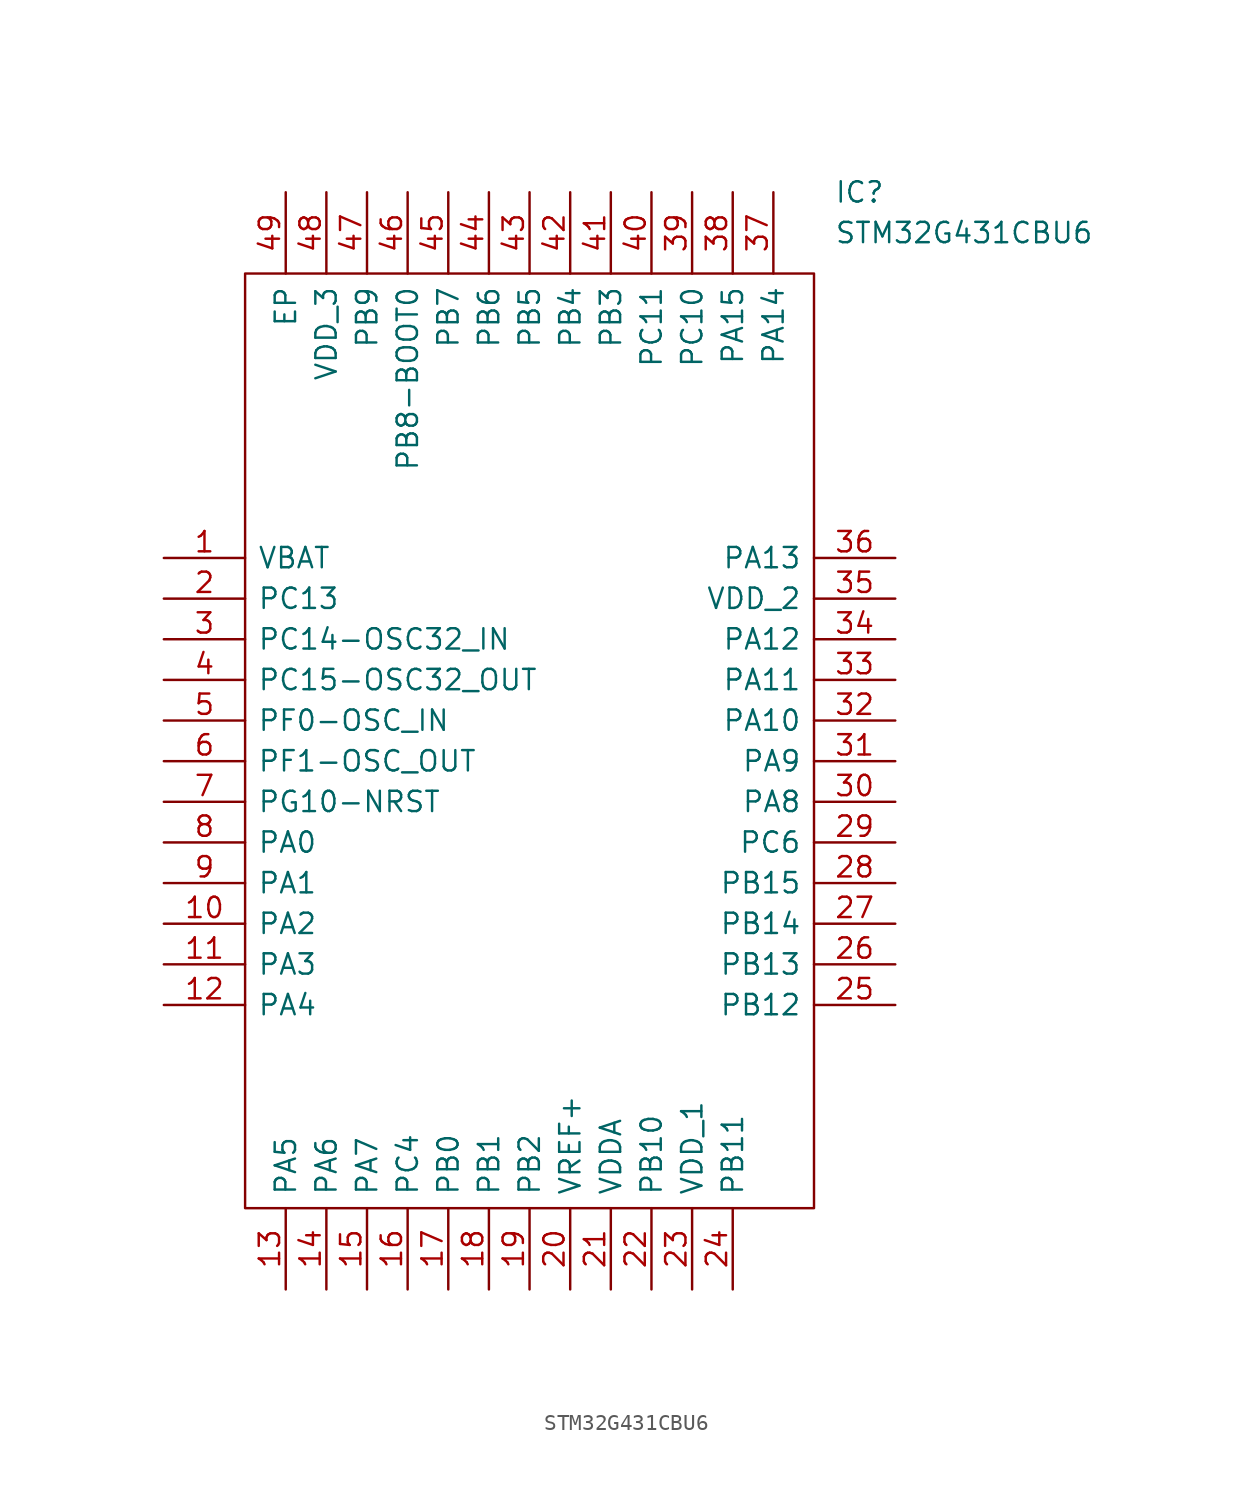
<source format=kicad_sym>
(kicad_symbol_lib
  (version 20211014)
  (generator kicad_symbol_editor)
  (symbol "STM32G431CBU6"
    (pin_names
      (offset 0.762))
    (property "Reference" "IC"
      (at 41.91 22.86 0)
      (effects (font (size 1.27 1.27)) (justify left)))
    (property "Value" "STM32G431CBU6"
      (at 41.91 20.32 0)
      (effects (font (size 1.27 1.27)) (justify left)))
    (symbol "STM32G431CBU6_0_0"
      (pin passive line (at 0 0 0) (length 5.08) (name "VBAT" (effects (font (size 1.27 1.27)))) (number "1" (effects (font (size 1.27 1.27)))))
      (pin passive line (at 0 -22.86 0) (length 5.08) (name "PA2" (effects (font (size 1.27 1.27)))) (number "10" (effects (font (size 1.27 1.27)))))
      (pin passive line (at 0 -25.4 0) (length 5.08) (name "PA3" (effects (font (size 1.27 1.27)))) (number "11" (effects (font (size 1.27 1.27)))))
      (pin passive line (at 0 -27.94 0) (length 5.08) (name "PA4" (effects (font (size 1.27 1.27)))) (number "12" (effects (font (size 1.27 1.27)))))
      (pin passive line (at 7.62 -45.72 90) (length 5.08) (name "PA5" (effects (font (size 1.27 1.27)))) (number "13" (effects (font (size 1.27 1.27)))))
      (pin passive line (at 10.16 -45.72 90) (length 5.08) (name "PA6" (effects (font (size 1.27 1.27)))) (number "14" (effects (font (size 1.27 1.27)))))
      (pin passive line (at 12.7 -45.72 90) (length 5.08) (name "PA7" (effects (font (size 1.27 1.27)))) (number "15" (effects (font (size 1.27 1.27)))))
      (pin passive line (at 15.24 -45.72 90) (length 5.08) (name "PC4" (effects (font (size 1.27 1.27)))) (number "16" (effects (font (size 1.27 1.27)))))
      (pin passive line (at 17.78 -45.72 90) (length 5.08) (name "PB0" (effects (font (size 1.27 1.27)))) (number "17" (effects (font (size 1.27 1.27)))))
      (pin passive line (at 20.32 -45.72 90) (length 5.08) (name "PB1" (effects (font (size 1.27 1.27)))) (number "18" (effects (font (size 1.27 1.27)))))
      (pin passive line (at 22.86 -45.72 90) (length 5.08) (name "PB2" (effects (font (size 1.27 1.27)))) (number "19" (effects (font (size 1.27 1.27)))))
      (pin passive line (at 0 -2.54 0) (length 5.08) (name "PC13" (effects (font (size 1.27 1.27)))) (number "2" (effects (font (size 1.27 1.27)))))
      (pin passive line (at 25.4 -45.72 90) (length 5.08) (name "VREF+" (effects (font (size 1.27 1.27)))) (number "20" (effects (font (size 1.27 1.27)))))
      (pin passive line (at 27.94 -45.72 90) (length 5.08) (name "VDDA" (effects (font (size 1.27 1.27)))) (number "21" (effects (font (size 1.27 1.27)))))
      (pin passive line (at 30.48 -45.72 90) (length 5.08) (name "PB10" (effects (font (size 1.27 1.27)))) (number "22" (effects (font (size 1.27 1.27)))))
      (pin passive line (at 33.02 -45.72 90) (length 5.08) (name "VDD_1" (effects (font (size 1.27 1.27)))) (number "23" (effects (font (size 1.27 1.27)))))
      (pin passive line (at 35.56 -45.72 90) (length 5.08) (name "PB11" (effects (font (size 1.27 1.27)))) (number "24" (effects (font (size 1.27 1.27)))))
      (pin passive line (at 45.72 -27.94 180) (length 5.08) (name "PB12" (effects (font (size 1.27 1.27)))) (number "25" (effects (font (size 1.27 1.27)))))
      (pin passive line (at 45.72 -25.4 180) (length 5.08) (name "PB13" (effects (font (size 1.27 1.27)))) (number "26" (effects (font (size 1.27 1.27)))))
      (pin passive line (at 45.72 -22.86 180) (length 5.08) (name "PB14" (effects (font (size 1.27 1.27)))) (number "27" (effects (font (size 1.27 1.27)))))
      (pin passive line (at 45.72 -20.32 180) (length 5.08) (name "PB15" (effects (font (size 1.27 1.27)))) (number "28" (effects (font (size 1.27 1.27)))))
      (pin passive line (at 45.72 -17.78 180) (length 5.08) (name "PC6" (effects (font (size 1.27 1.27)))) (number "29" (effects (font (size 1.27 1.27)))))
      (pin passive line (at 0 -5.08 0) (length 5.08) (name "PC14-OSC32_IN" (effects (font (size 1.27 1.27)))) (number "3" (effects (font (size 1.27 1.27)))))
      (pin passive line (at 45.72 -15.24 180) (length 5.08) (name "PA8" (effects (font (size 1.27 1.27)))) (number "30" (effects (font (size 1.27 1.27)))))
      (pin passive line (at 45.72 -12.7 180) (length 5.08) (name "PA9" (effects (font (size 1.27 1.27)))) (number "31" (effects (font (size 1.27 1.27)))))
      (pin passive line (at 45.72 -10.16 180) (length 5.08) (name "PA10" (effects (font (size 1.27 1.27)))) (number "32" (effects (font (size 1.27 1.27)))))
      (pin passive line (at 45.72 -7.62 180) (length 5.08) (name "PA11" (effects (font (size 1.27 1.27)))) (number "33" (effects (font (size 1.27 1.27)))))
      (pin passive line (at 45.72 -5.08 180) (length 5.08) (name "PA12" (effects (font (size 1.27 1.27)))) (number "34" (effects (font (size 1.27 1.27)))))
      (pin passive line (at 45.72 -2.54 180) (length 5.08) (name "VDD_2" (effects (font (size 1.27 1.27)))) (number "35" (effects (font (size 1.27 1.27)))))
      (pin passive line (at 45.72 0 180) (length 5.08) (name "PA13" (effects (font (size 1.27 1.27)))) (number "36" (effects (font (size 1.27 1.27)))))
      (pin passive line (at 38.1 22.86 270) (length 5.08) (name "PA14" (effects (font (size 1.27 1.27)))) (number "37" (effects (font (size 1.27 1.27)))))
      (pin passive line (at 35.56 22.86 270) (length 5.08) (name "PA15" (effects (font (size 1.27 1.27)))) (number "38" (effects (font (size 1.27 1.27)))))
      (pin passive line (at 33.02 22.86 270) (length 5.08) (name "PC10" (effects (font (size 1.27 1.27)))) (number "39" (effects (font (size 1.27 1.27)))))
      (pin passive line (at 0 -7.62 0) (length 5.08) (name "PC15-OSC32_OUT" (effects (font (size 1.27 1.27)))) (number "4" (effects (font (size 1.27 1.27)))))
      (pin passive line (at 30.48 22.86 270) (length 5.08) (name "PC11" (effects (font (size 1.27 1.27)))) (number "40" (effects (font (size 1.27 1.27)))))
      (pin passive line (at 27.94 22.86 270) (length 5.08) (name "PB3" (effects (font (size 1.27 1.27)))) (number "41" (effects (font (size 1.27 1.27)))))
      (pin passive line (at 25.4 22.86 270) (length 5.08) (name "PB4" (effects (font (size 1.27 1.27)))) (number "42" (effects (font (size 1.27 1.27)))))
      (pin passive line (at 22.86 22.86 270) (length 5.08) (name "PB5" (effects (font (size 1.27 1.27)))) (number "43" (effects (font (size 1.27 1.27)))))
      (pin passive line (at 20.32 22.86 270) (length 5.08) (name "PB6" (effects (font (size 1.27 1.27)))) (number "44" (effects (font (size 1.27 1.27)))))
      (pin passive line (at 17.78 22.86 270) (length 5.08) (name "PB7" (effects (font (size 1.27 1.27)))) (number "45" (effects (font (size 1.27 1.27)))))
      (pin passive line (at 15.24 22.86 270) (length 5.08) (name "PB8-BOOT0" (effects (font (size 1.27 1.27)))) (number "46" (effects (font (size 1.27 1.27)))))
      (pin passive line (at 12.7 22.86 270) (length 5.08) (name "PB9" (effects (font (size 1.27 1.27)))) (number "47" (effects (font (size 1.27 1.27)))))
      (pin passive line (at 10.16 22.86 270) (length 5.08) (name "VDD_3" (effects (font (size 1.27 1.27)))) (number "48" (effects (font (size 1.27 1.27)))))
      (pin passive line (at 7.62 22.86 270) (length 5.08) (name "EP" (effects (font (size 1.27 1.27)))) (number "49" (effects (font (size 1.27 1.27)))))
      (pin passive line (at 0 -10.16 0) (length 5.08) (name "PF0-OSC_IN" (effects (font (size 1.27 1.27)))) (number "5" (effects (font (size 1.27 1.27)))))
      (pin passive line (at 0 -12.7 0) (length 5.08) (name "PF1-OSC_OUT" (effects (font (size 1.27 1.27)))) (number "6" (effects (font (size 1.27 1.27)))))
      (pin passive line (at 0 -15.24 0) (length 5.08) (name "PG10-NRST" (effects (font (size 1.27 1.27)))) (number "7" (effects (font (size 1.27 1.27)))))
      (pin passive line (at 0 -17.78 0) (length 5.08) (name "PA0" (effects (font (size 1.27 1.27)))) (number "8" (effects (font (size 1.27 1.27)))))
      (pin passive line (at 0 -20.32 0) (length 5.08) (name "PA1" (effects (font (size 1.27 1.27)))) (number "9" (effects (font (size 1.27 1.27))))))
    (symbol "STM32G431CBU6_0_1"
      (polyline (pts (xy 5.08 17.78) (xy 40.64 17.78) (xy 40.64 -40.64) (xy 5.08 -40.64) (xy 5.08 17.78)) (stroke (width 0.152) (type default) (color 0 0 0 0)) (fill (type none))))))
</source>
